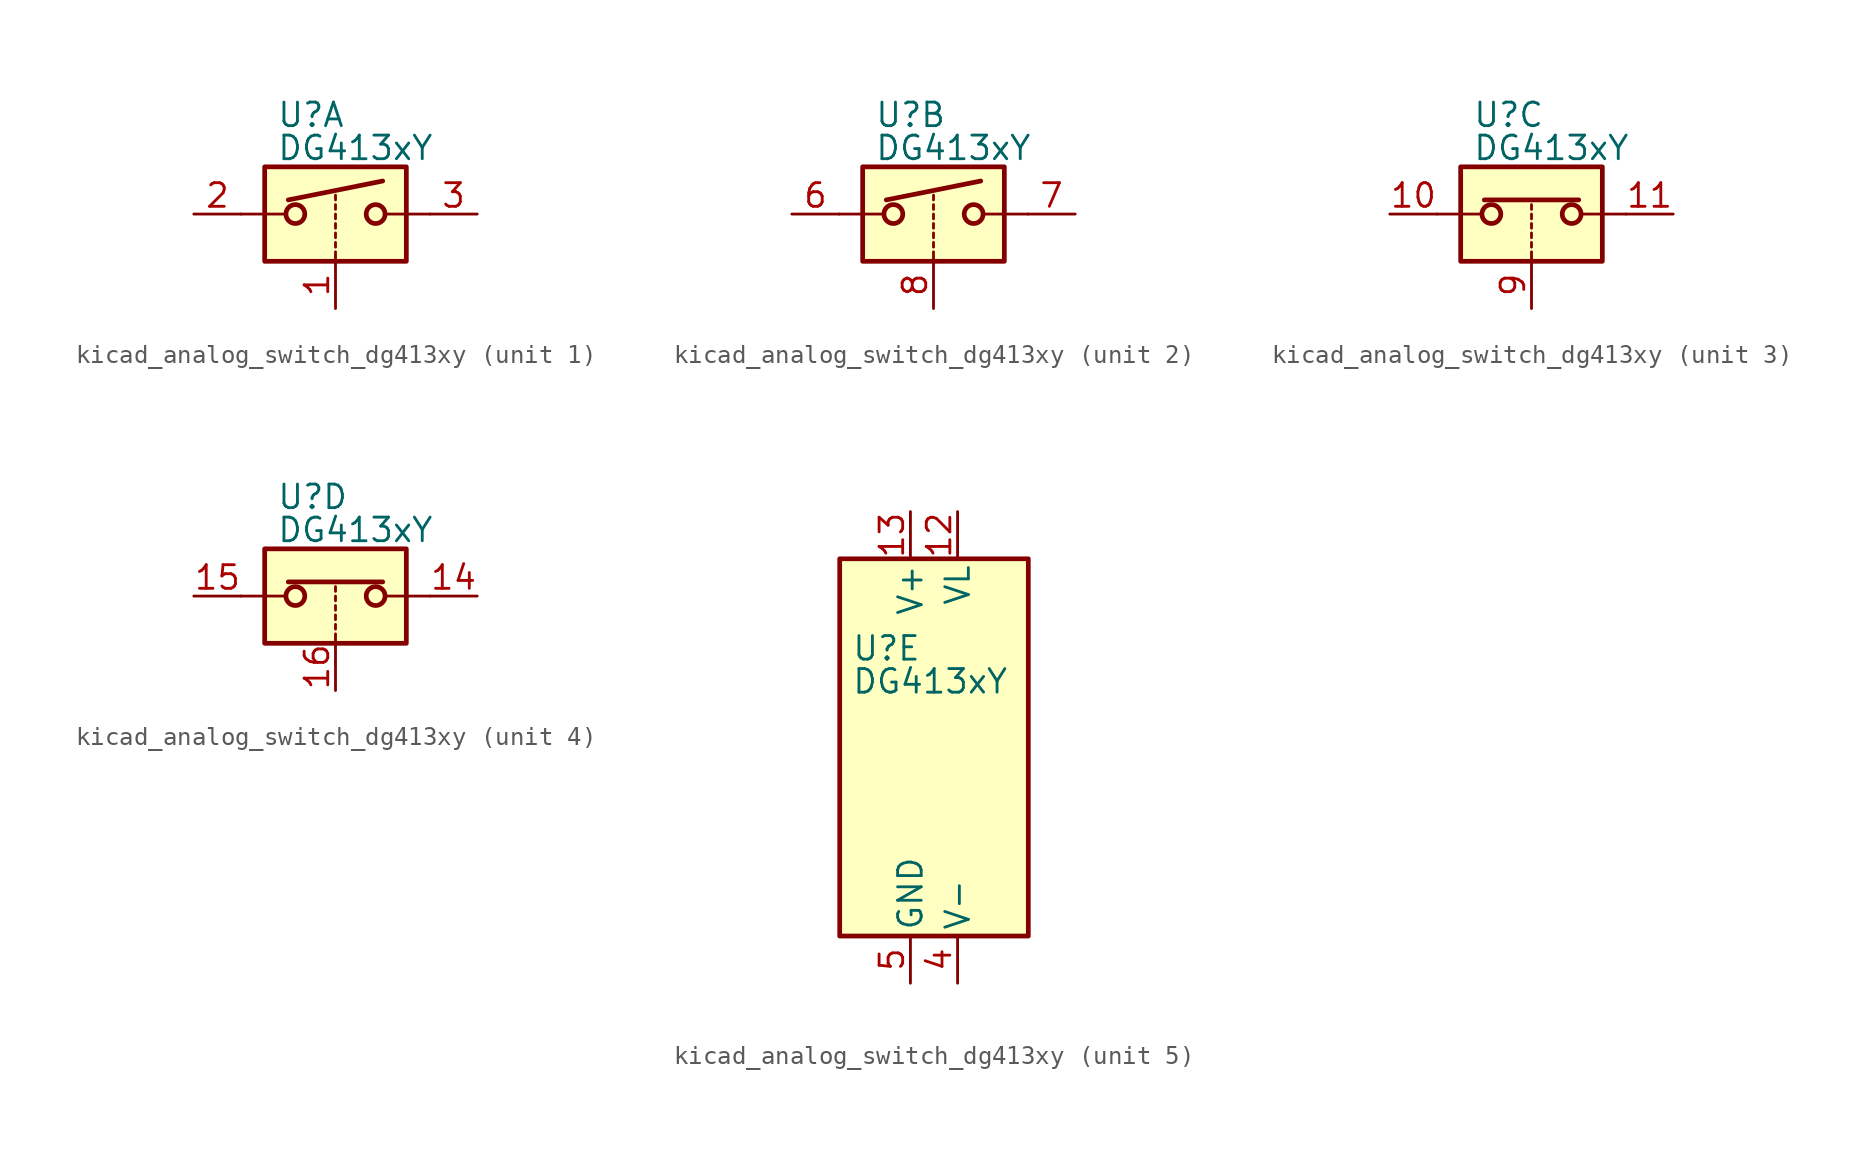
<source format=kicad_sym>
(kicad_symbol_lib
  (version 20220914)
  (generator kicad_symbol_editor)
  (symbol "kicad_analog_switch_dg413xy"
    (pin_names
      (offset 0.254))
    (property "Reference" "U"
      (at -3.175 5.334 0)
      (effects (font (size 1.27 1.27)) (justify left)))
    (property "Value" "DG413xY"
      (at -3.175 3.556 0)
      (effects (font (size 1.27 1.27)) (justify left)))
    (symbol "kicad_analog_switch_dg413xy_1_1"
      (rectangle (start -3.81 2.54) (end 3.81 -2.54) (stroke (width 0.254) (type default)) (fill (type background)))
      (circle (center -2.159 0) (radius 0.508) (stroke (width 0.254) (type default)) (fill (type none)))
      (polyline (pts (xy -5.08 0) (xy -2.794 0)) (stroke (width 0) (type default)) (fill (type none)))
      (polyline (pts (xy -2.54 0.762) (xy 2.54 1.778)) (stroke (width 0.254) (type default)) (fill (type none)))
      (polyline (pts (xy 0 -2.54) (xy 0 -2.032)) (stroke (width 0) (type default)) (fill (type none)))
      (polyline (pts (xy 0 -1.778) (xy 0 -1.524)) (stroke (width 0) (type default)) (fill (type none)))
      (polyline (pts (xy 0 -1.27) (xy 0 -1.016)) (stroke (width 0) (type default)) (fill (type none)))
      (polyline (pts (xy 0 -0.762) (xy 0 -0.508)) (stroke (width 0) (type default)) (fill (type none)))
      (polyline (pts (xy 0 -0.254) (xy 0 0)) (stroke (width 0) (type default)) (fill (type none)))
      (polyline (pts (xy 0 0.254) (xy 0 0.508)) (stroke (width 0) (type default)) (fill (type none)))
      (polyline (pts (xy 0 0.762) (xy 0 1.016)) (stroke (width 0) (type default)) (fill (type none)))
      (polyline (pts (xy 5.08 0) (xy 2.794 0)) (stroke (width 0) (type default)) (fill (type none)))
      (circle (center 2.159 0) (radius 0.508) (stroke (width 0.254) (type default)) (fill (type none)))
      (pin input line (at 0 -5.08 90) (length 2.54) (name "~" (effects (font (size 1.27 1.27)))) (number "1" (effects (font (size 1.27 1.27)))))
      (pin passive line (at -7.62 0 0) (length 2.54) (name "~" (effects (font (size 1.27 1.27)))) (number "2" (effects (font (size 1.27 1.27)))))
      (pin passive line (at 7.62 0 180) (length 2.54) (name "~" (effects (font (size 1.27 1.27)))) (number "3" (effects (font (size 1.27 1.27))))))
    (symbol "kicad_analog_switch_dg413xy_2_1"
      (rectangle (start -3.81 2.54) (end 3.81 -2.54) (stroke (width 0.254) (type default)) (fill (type background)))
      (circle (center -2.159 0) (radius 0.508) (stroke (width 0.254) (type default)) (fill (type none)))
      (polyline (pts (xy -5.08 0) (xy -2.794 0)) (stroke (width 0) (type default)) (fill (type none)))
      (polyline (pts (xy -2.54 0.762) (xy 2.54 1.778)) (stroke (width 0.254) (type default)) (fill (type none)))
      (polyline (pts (xy 0 -2.54) (xy 0 -2.032)) (stroke (width 0) (type default)) (fill (type none)))
      (polyline (pts (xy 0 -1.778) (xy 0 -1.524)) (stroke (width 0) (type default)) (fill (type none)))
      (polyline (pts (xy 0 -1.27) (xy 0 -1.016)) (stroke (width 0) (type default)) (fill (type none)))
      (polyline (pts (xy 0 -0.762) (xy 0 -0.508)) (stroke (width 0) (type default)) (fill (type none)))
      (polyline (pts (xy 0 -0.254) (xy 0 0)) (stroke (width 0) (type default)) (fill (type none)))
      (polyline (pts (xy 0 0.254) (xy 0 0.508)) (stroke (width 0) (type default)) (fill (type none)))
      (polyline (pts (xy 0 0.762) (xy 0 1.016)) (stroke (width 0) (type default)) (fill (type none)))
      (polyline (pts (xy 5.08 0) (xy 2.794 0)) (stroke (width 0) (type default)) (fill (type none)))
      (circle (center 2.159 0) (radius 0.508) (stroke (width 0.254) (type default)) (fill (type none)))
      (pin passive line (at -7.62 0 0) (length 2.54) (name "~" (effects (font (size 1.27 1.27)))) (number "6" (effects (font (size 1.27 1.27)))))
      (pin passive line (at 7.62 0 180) (length 2.54) (name "~" (effects (font (size 1.27 1.27)))) (number "7" (effects (font (size 1.27 1.27)))))
      (pin input line (at 0 -5.08 90) (length 2.54) (name "~" (effects (font (size 1.27 1.27)))) (number "8" (effects (font (size 1.27 1.27))))))
    (symbol "kicad_analog_switch_dg413xy_3_1"
      (rectangle (start -3.81 2.54) (end 3.81 -2.54) (stroke (width 0.254) (type default)) (fill (type background)))
      (circle (center -2.159 0) (radius 0.508) (stroke (width 0.254) (type default)) (fill (type none)))
      (polyline (pts (xy -5.08 0) (xy -2.794 0)) (stroke (width 0) (type default)) (fill (type none)))
      (polyline (pts (xy -2.54 0.762) (xy 2.54 0.762)) (stroke (width 0.254) (type default)) (fill (type none)))
      (polyline (pts (xy 0 -2.54) (xy 0 -2.032)) (stroke (width 0) (type default)) (fill (type none)))
      (polyline (pts (xy 0 -1.778) (xy 0 -1.524)) (stroke (width 0) (type default)) (fill (type none)))
      (polyline (pts (xy 0 -1.27) (xy 0 -1.016)) (stroke (width 0) (type default)) (fill (type none)))
      (polyline (pts (xy 0 -0.762) (xy 0 -0.508)) (stroke (width 0) (type default)) (fill (type none)))
      (polyline (pts (xy 0 -0.254) (xy 0 0)) (stroke (width 0) (type default)) (fill (type none)))
      (polyline (pts (xy 0 0.254) (xy 0 0.508)) (stroke (width 0) (type default)) (fill (type none)))
      (polyline (pts (xy 5.08 0) (xy 2.794 0)) (stroke (width 0) (type default)) (fill (type none)))
      (circle (center 2.159 0) (radius 0.508) (stroke (width 0.254) (type default)) (fill (type none)))
      (pin passive line (at -7.62 0 0) (length 2.54) (name "~" (effects (font (size 1.27 1.27)))) (number "10" (effects (font (size 1.27 1.27)))))
      (pin passive line (at 7.62 0 180) (length 2.54) (name "~" (effects (font (size 1.27 1.27)))) (number "11" (effects (font (size 1.27 1.27)))))
      (pin input line (at 0 -5.08 90) (length 2.54) (name "~" (effects (font (size 1.27 1.27)))) (number "9" (effects (font (size 1.27 1.27))))))
    (symbol "kicad_analog_switch_dg413xy_4_1"
      (rectangle (start -3.81 2.54) (end 3.81 -2.54) (stroke (width 0.254) (type default)) (fill (type background)))
      (circle (center -2.159 0) (radius 0.508) (stroke (width 0.254) (type default)) (fill (type none)))
      (polyline (pts (xy -5.08 0) (xy -2.794 0)) (stroke (width 0) (type default)) (fill (type none)))
      (polyline (pts (xy -2.54 0.762) (xy 2.54 0.762)) (stroke (width 0.254) (type default)) (fill (type none)))
      (polyline (pts (xy 0 -2.54) (xy 0 -2.032)) (stroke (width 0) (type default)) (fill (type none)))
      (polyline (pts (xy 0 -1.778) (xy 0 -1.524)) (stroke (width 0) (type default)) (fill (type none)))
      (polyline (pts (xy 0 -1.27) (xy 0 -1.016)) (stroke (width 0) (type default)) (fill (type none)))
      (polyline (pts (xy 0 -0.762) (xy 0 -0.508)) (stroke (width 0) (type default)) (fill (type none)))
      (polyline (pts (xy 0 -0.254) (xy 0 0)) (stroke (width 0) (type default)) (fill (type none)))
      (polyline (pts (xy 0 0.254) (xy 0 0.508)) (stroke (width 0) (type default)) (fill (type none)))
      (polyline (pts (xy 5.08 0) (xy 2.794 0)) (stroke (width 0) (type default)) (fill (type none)))
      (circle (center 2.159 0) (radius 0.508) (stroke (width 0.254) (type default)) (fill (type none)))
      (pin passive line (at 7.62 0 180) (length 2.54) (name "~" (effects (font (size 1.27 1.27)))) (number "14" (effects (font (size 1.27 1.27)))))
      (pin passive line (at -7.62 0 0) (length 2.54) (name "~" (effects (font (size 1.27 1.27)))) (number "15" (effects (font (size 1.27 1.27)))))
      (pin input line (at 0 -5.08 90) (length 2.54) (name "~" (effects (font (size 1.27 1.27)))) (number "16" (effects (font (size 1.27 1.27))))))
    (symbol "kicad_analog_switch_dg413xy_5_0"
      (pin power_in line (at 2.54 12.7 270) (length 2.54) (name "VL" (effects (font (size 1.27 1.27)))) (number "12" (effects (font (size 1.27 1.27)))))
      (pin power_in line (at 0 12.7 270) (length 2.54) (name "V+" (effects (font (size 1.27 1.27)))) (number "13" (effects (font (size 1.27 1.27)))))
      (pin power_in line (at 2.54 -12.7 90) (length 2.54) (name "V-" (effects (font (size 1.27 1.27)))) (number "4" (effects (font (size 1.27 1.27)))))
      (pin power_in line (at 0 -12.7 90) (length 2.54) (name "GND" (effects (font (size 1.27 1.27)))) (number "5" (effects (font (size 1.27 1.27))))))
    (symbol "kicad_analog_switch_dg413xy_5_1"
      (rectangle (start -3.81 10.16) (end 6.35 -10.16) (stroke (width 0.254) (type default)) (fill (type background))))))
</source>
